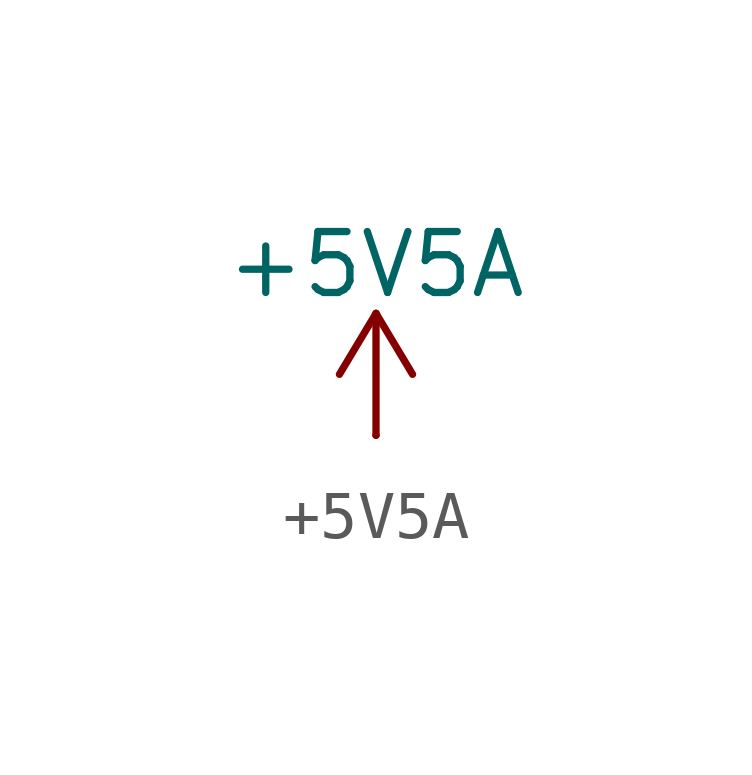
<source format=kicad_sym>
(kicad_symbol_lib
  (version 20231120)
  (generator "kicad_symbol_editor")
  (generator_version "8.0")
  (symbol "+5V5A"
    (power)
    (pin_numbers hide)
    (pin_names
      (offset 0) hide)
    (property "Reference" "#PWR"
      (at 0 -3.81 0)
      (effects (font (size 1.27 1.27)) (hide yes)))
    (property "Value" "+5V5A"
      (at 0 3.556 0)
      (effects (font (size 1.27 1.27))))
    (symbol "+5V5A_0_1"
      (polyline (pts (xy -0.762 1.27) (xy 0 2.54)) (stroke (width 0) (type default)) (fill (type none)))
      (polyline (pts (xy 0 0) (xy 0 2.54)) (stroke (width 0) (type default)) (fill (type none)))
      (polyline (pts (xy 0 2.54) (xy 0.762 1.27)) (stroke (width 0) (type default)) (fill (type none))))
    (symbol "+5V5A_1_1"
      (pin power_in line (at 0 0 90) (length 0) (name "~" (effects (font (size 1.27 1.27)))) (number "1" (effects (font (size 1.27 1.27))))))))
</source>
